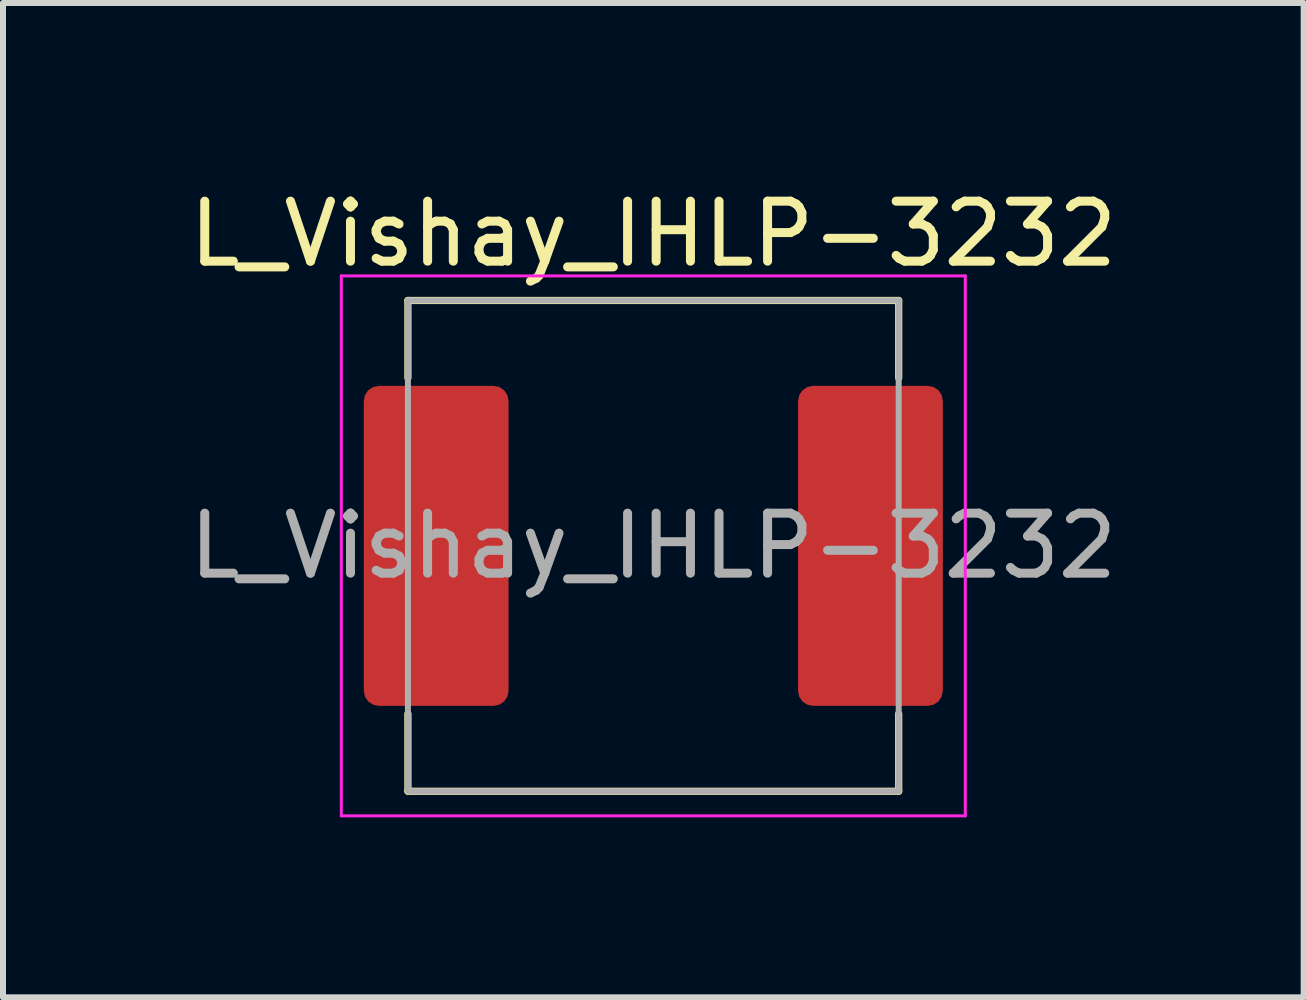
<source format=kicad_pcb>
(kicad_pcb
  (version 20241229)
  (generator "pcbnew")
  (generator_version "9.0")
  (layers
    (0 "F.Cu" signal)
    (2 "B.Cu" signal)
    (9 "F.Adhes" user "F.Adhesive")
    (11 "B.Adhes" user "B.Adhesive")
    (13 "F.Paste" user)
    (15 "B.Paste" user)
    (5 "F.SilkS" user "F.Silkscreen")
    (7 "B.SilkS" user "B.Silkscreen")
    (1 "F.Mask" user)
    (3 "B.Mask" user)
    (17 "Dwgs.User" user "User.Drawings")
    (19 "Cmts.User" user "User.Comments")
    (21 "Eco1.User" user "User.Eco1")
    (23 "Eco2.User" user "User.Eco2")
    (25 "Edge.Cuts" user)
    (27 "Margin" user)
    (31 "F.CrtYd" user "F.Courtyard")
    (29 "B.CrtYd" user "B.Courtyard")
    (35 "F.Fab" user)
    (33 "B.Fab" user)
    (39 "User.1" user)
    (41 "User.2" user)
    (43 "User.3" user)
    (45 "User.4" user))
  (footprint "L_Vishay_IHLP-3232"
    (layer "F.Cu")
    (at 7.839 6.048)
    (property "Reference" "L_Vishay_IHLP-3232" (at 0 -5.2 0) (layer "F.SilkS") (effects (font (size 1 1) (thickness 0.15))))
    (attr smd)
    (fp_line (start -4.09 -4.09) (end 4.09 -4.09) (stroke (width 0.12) (type solid)) (layer "F.SilkS"))
    (fp_line (start -4.09 -2.8) (end -4.09 -4.09) (stroke (width 0.12) (type solid)) (layer "F.SilkS"))
    (fp_line (start -4.09 2.8) (end -4.09 4.09) (stroke (width 0.12) (type solid)) (layer "F.SilkS"))
    (fp_line (start -4.09 4.09) (end 4.09 4.09) (stroke (width 0.12) (type solid)) (layer "F.SilkS"))
    (fp_line (start 4.09 -4.09) (end 4.09 -2.8) (stroke (width 0.12) (type solid)) (layer "F.SilkS"))
    (fp_line (start 4.09 4.09) (end 4.09 2.8) (stroke (width 0.12) (type solid)) (layer "F.SilkS"))
    (fp_line (start -5.2 -4.5) (end -5.2 4.5) (stroke (width 0.05) (type solid)) (layer "F.CrtYd"))
    (fp_line (start -5.2 4.5) (end 5.2 4.5) (stroke (width 0.05) (type solid)) (layer "F.CrtYd"))
    (fp_line (start 5.2 -4.5) (end -5.2 -4.5) (stroke (width 0.05) (type solid)) (layer "F.CrtYd"))
    (fp_line (start 5.2 4.5) (end 5.2 -4.5) (stroke (width 0.05) (type solid)) (layer "F.CrtYd"))
    (fp_line (start -4.09 -4.09) (end -4.09 4.09) (stroke (width 0.1) (type solid)) (layer "F.Fab"))
    (fp_line (start -4.09 4.09) (end 4.09 4.09) (stroke (width 0.1) (type solid)) (layer "F.Fab"))
    (fp_line (start 4.09 -4.09) (end -4.09 -4.09) (stroke (width 0.1) (type solid)) (layer "F.Fab"))
    (fp_line (start 4.09 4.09) (end 4.09 -4.09) (stroke (width 0.1) (type solid)) (layer "F.Fab"))
    (fp_text user "${REFERENCE}" (at 0 0 0) (layer "F.Fab") (effects (font (size 1 1) (thickness 0.15))))
    (pad "1" smd roundrect (at -3.619 0) (size 2.413 5.334) (layers "F.Cu" "F.Mask" "F.Paste") (roundrect_rratio 0.104))
    (pad "2" smd roundrect (at 3.619 0) (size 2.413 5.334) (layers "F.Cu" "F.Mask" "F.Paste") (roundrect_rratio 0.104)))
  (gr_rect
    (start -3 -3)
    (end 18.679 13.573)
    (stroke (width 0.1) (type default))
    (fill no)
    (layer "Edge.Cuts")))
</source>
